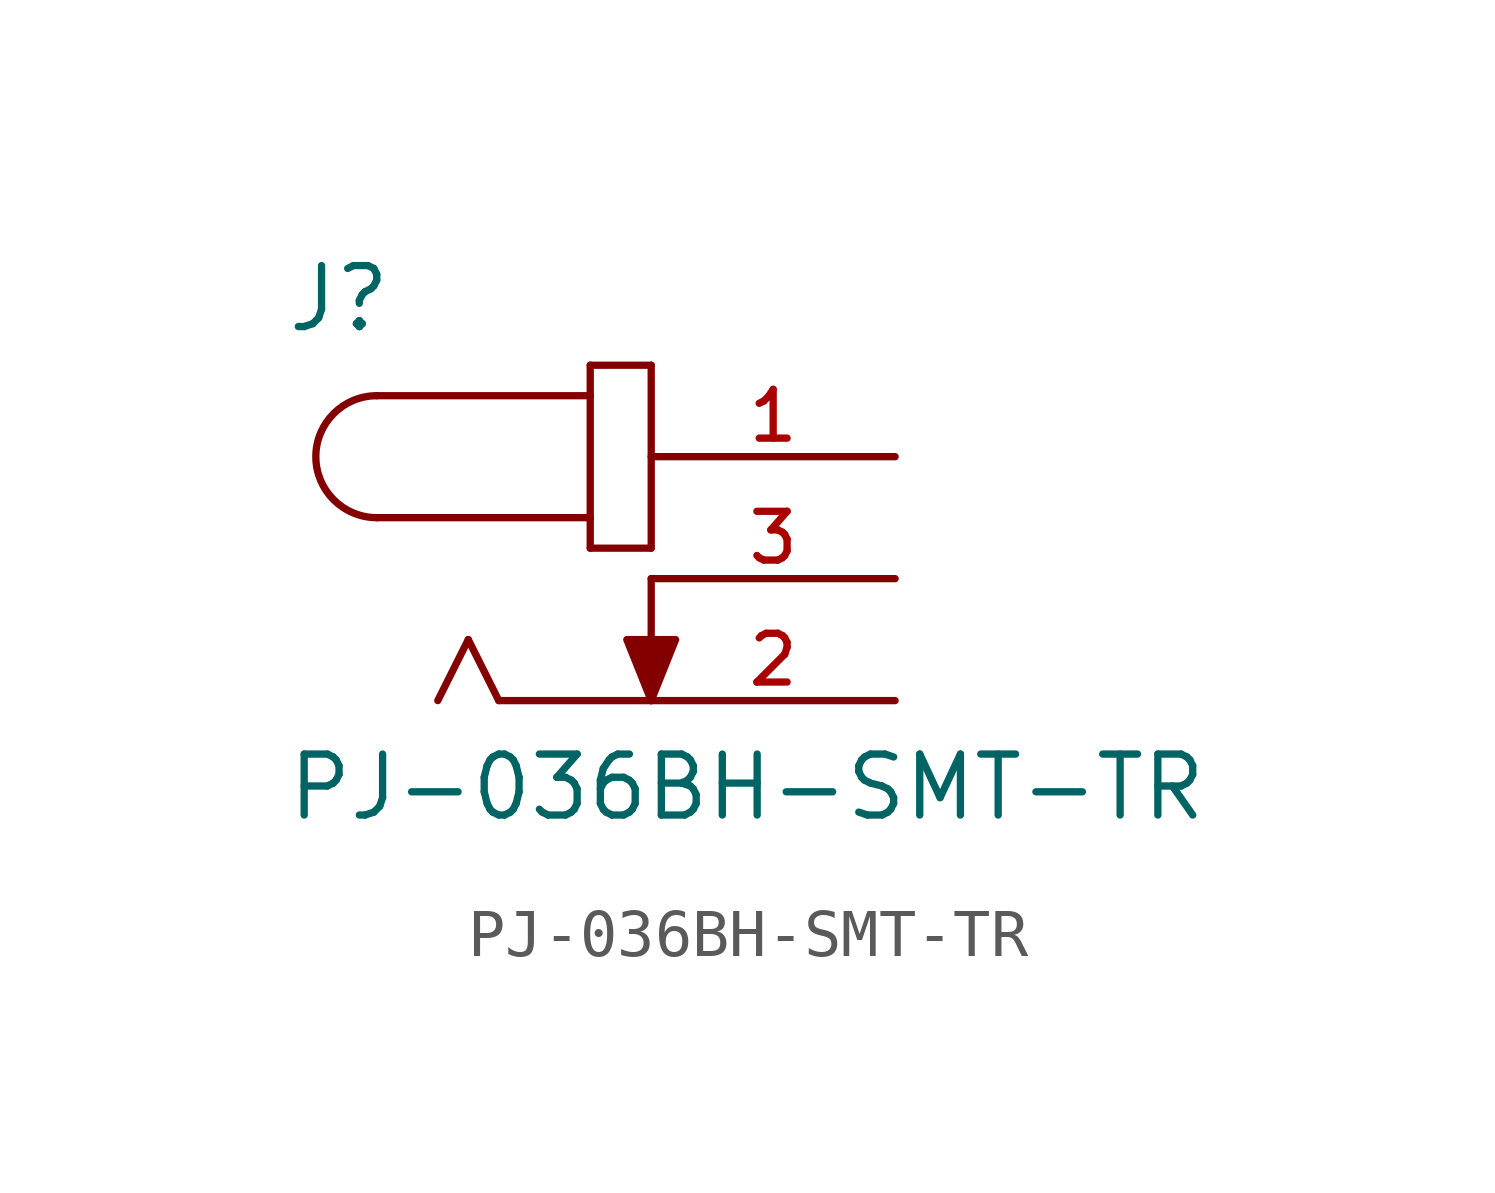
<source format=kicad_sym>
(kicad_symbol_lib
  (version 20211014)
  (generator kicad_symbol_editor)
  (symbol "PJ-036BH-SMT-TR"
    (pin_names
      (offset 1.016))
    (property "Reference" "J"
      (at -7.631 5.087 0)
      (effects (font (size 1.27 1.27)) (justify bottom left)))
    (property "Value" "PJ-036BH-SMT-TR"
      (at -7.63 -5.087 0)
      (effects (font (size 1.27 1.27)) (justify bottom left)))
    (symbol "PJ-036BH-SMT-TR_0_0"
      (arc (start -5.715 3.81) (mid -6.985 2.54) (end -5.715 1.27) (stroke (width 0.1524) (type default) (color 0 0 0 0)) (fill (type none)))
      (polyline (pts (xy -5.715 3.81) (xy -1.27 3.81)) (stroke (width 0.152)))
      (polyline (pts (xy -1.27 3.81) (xy -1.27 1.27)) (stroke (width 0.152)))
      (polyline (pts (xy -1.27 1.27) (xy -5.715 1.27)) (stroke (width 0.152)))
      (polyline (pts (xy -1.27 1.27) (xy -1.27 0.635)) (stroke (width 0.152)))
      (polyline (pts (xy -1.27 0.635) (xy 0.0 0.635)) (stroke (width 0.152)))
      (polyline (pts (xy 0.0 0.635) (xy 0.0 4.445)) (stroke (width 0.152)))
      (polyline (pts (xy 0.0 4.445) (xy -1.27 4.445)) (stroke (width 0.152)))
      (polyline (pts (xy -1.27 4.445) (xy -1.27 3.81)) (stroke (width 0.152)))
      (polyline (pts (xy 0.0 -2.54) (xy -3.175 -2.54)) (stroke (width 0.152)))
      (polyline (pts (xy -3.175 -2.54) (xy -3.81 -1.27)) (stroke (width 0.152)))
      (polyline (pts (xy -3.81 -1.27) (xy -4.445 -2.54)) (stroke (width 0.152)))
      (polyline (pts (xy 0.0 0.0) (xy 0.0 -2.54)) (stroke (width 0.152)))
      (polyline (pts (xy 0.0 -2.54) (xy -0.508 -1.27) (xy 0.508 -1.27) (xy 0.0 -2.54)) (stroke (width 0.152)) (fill (type outline)))
      (pin passive line (at 5.08 2.54 180.0) (length 5.08) (name "~" (effects (font (size 1.016 1.016)))) (number "1" (effects (font (size 1.016 1.016)))))
      (pin passive line (at 5.08 0.0 180.0) (length 5.08) (name "~" (effects (font (size 1.016 1.016)))) (number "3" (effects (font (size 1.016 1.016)))))
      (pin passive line (at 5.08 -2.54 180.0) (length 5.08) (name "~" (effects (font (size 1.016 1.016)))) (number "2" (effects (font (size 1.016 1.016))))))))
</source>
